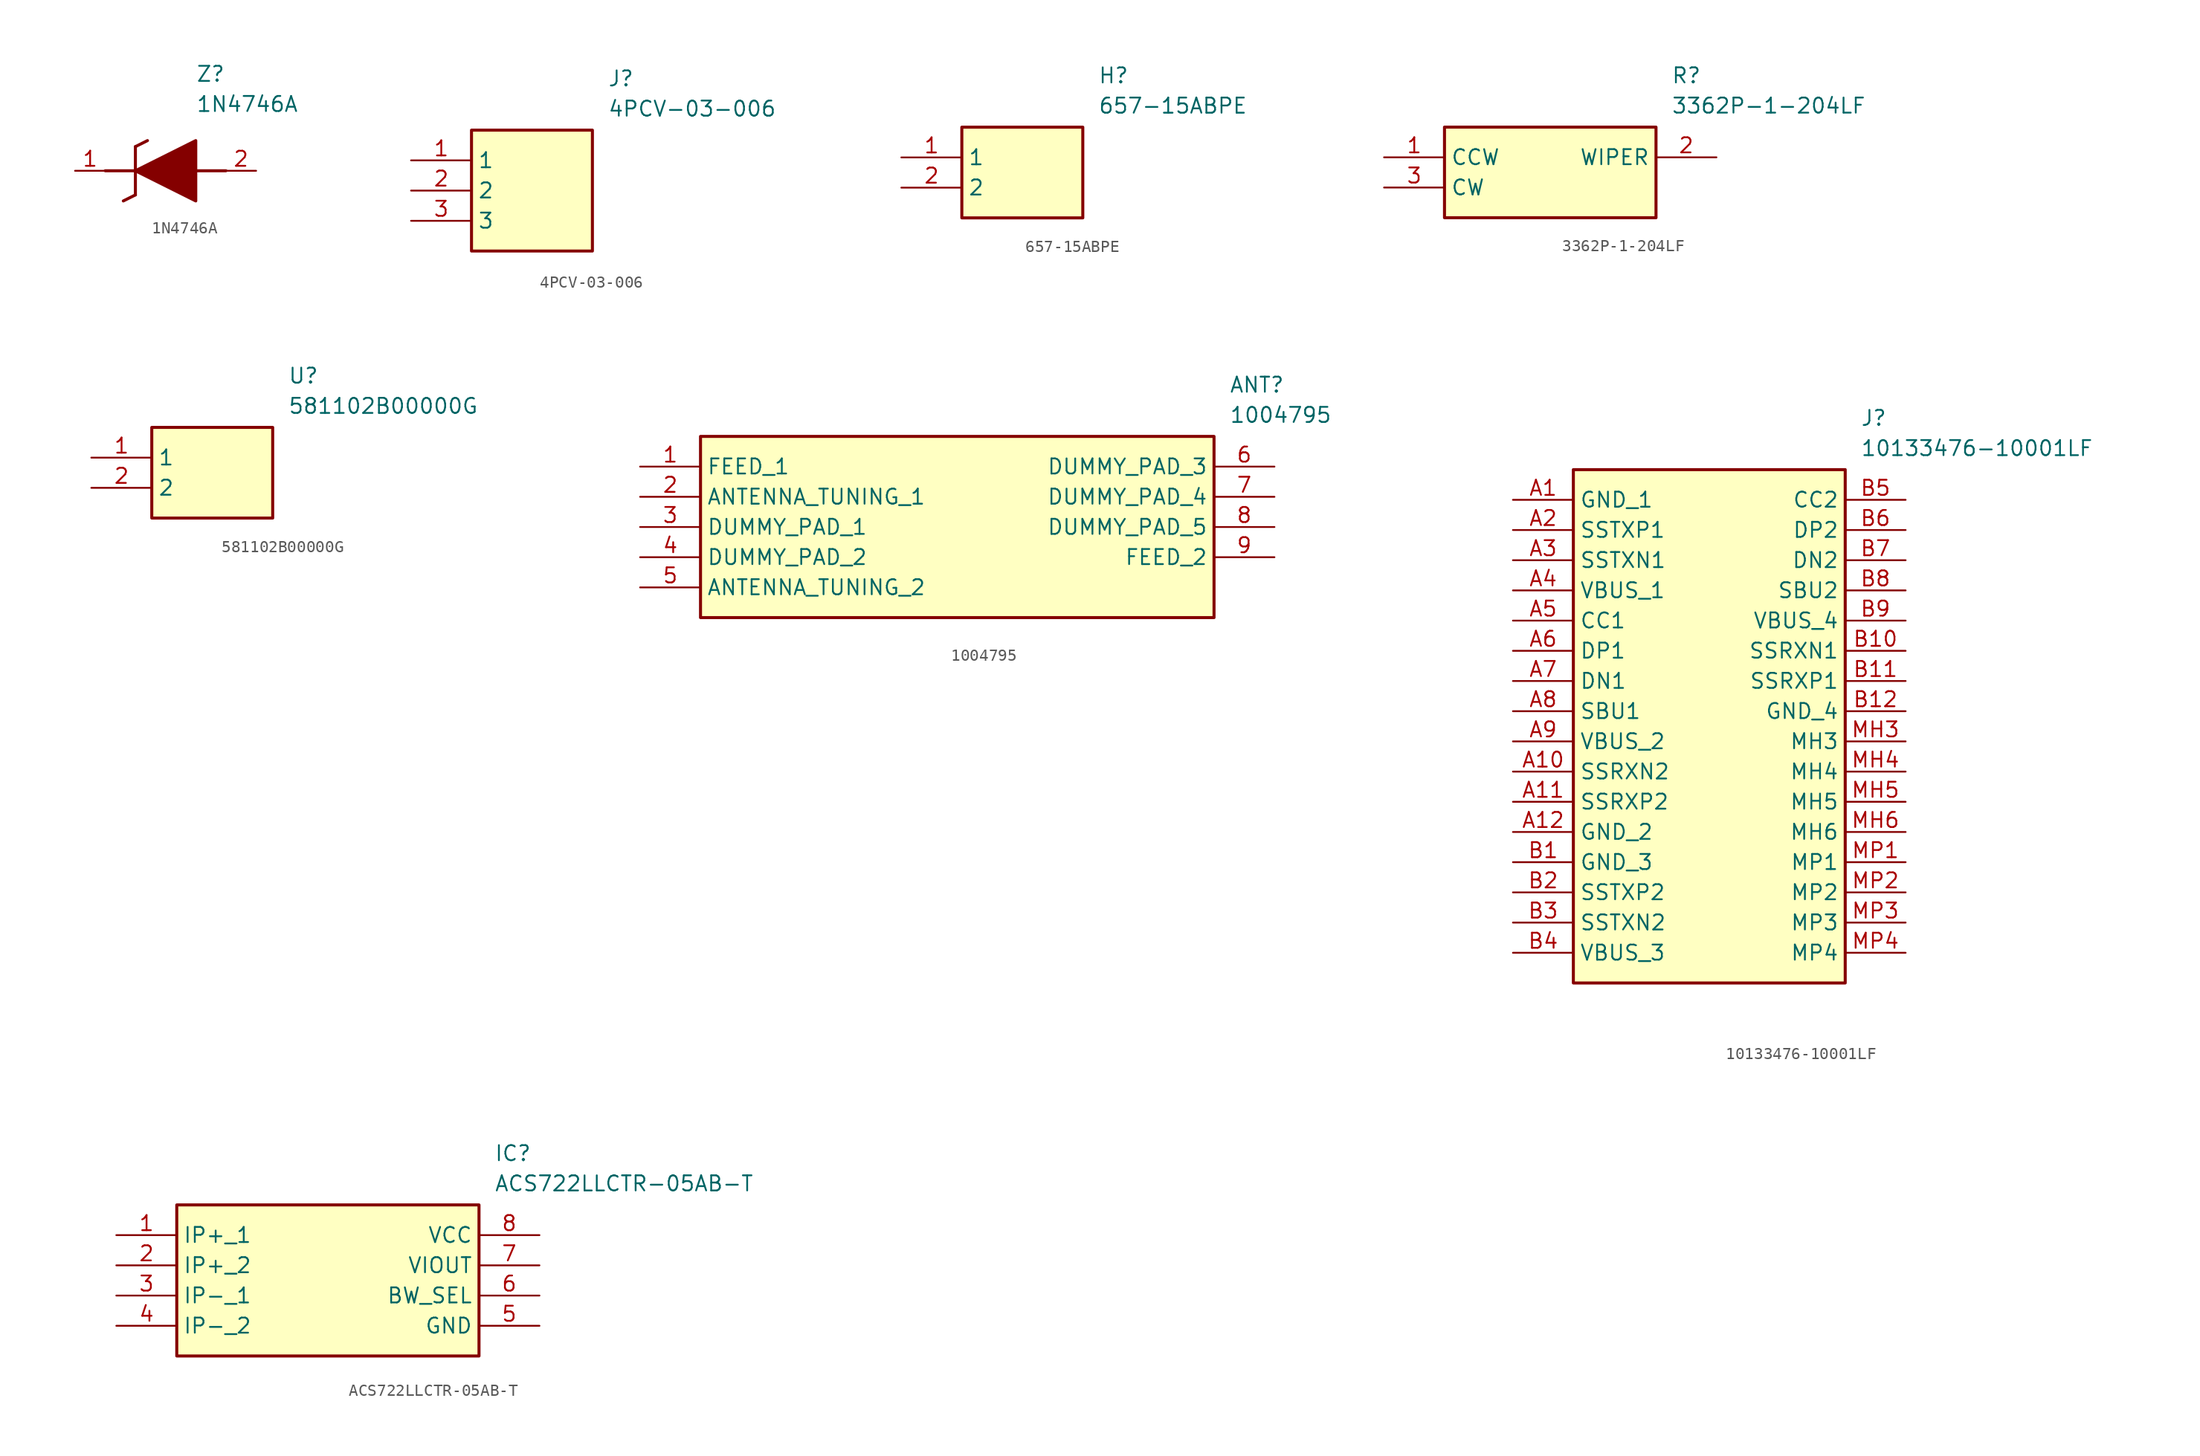
<source format=kicad_sym>
(kicad_symbol_lib
  (version 20241209)
  (generator "kicad_symbol_editor")
  (generator_version "9.0")
  (symbol "1N4746A"
    (pin_names
      (hide yes))
    (property "Reference" "Z"
      (at 10.16 8.89 0)
      (effects (font (size 1.27 1.27)) (justify left top)))
    (property "Value" "1N4746A"
      (at 10.16 6.35 0)
      (effects (font (size 1.27 1.27)) (justify left top)))
    (symbol "1N4746A_1_1"
      (polyline (pts (xy 2.54 0) (xy 5.08 0)) (stroke (width 0.254) (type default)) (fill (type none)))
      (polyline (pts (xy 4.064 -2.54) (xy 5.08 -2.032)) (stroke (width 0.254) (type default)) (fill (type none)))
      (polyline (pts (xy 5.08 2.032) (xy 5.08 -2.032)) (stroke (width 0.254) (type default)) (fill (type none)))
      (polyline (pts (xy 5.08 2.032) (xy 6.096 2.54)) (stroke (width 0.254) (type default)) (fill (type none)))
      (polyline (pts (xy 5.08 0) (xy 10.16 2.54) (xy 10.16 -2.54) (xy 5.08 0)) (stroke (width 0.254) (type default)) (fill (type outline)))
      (polyline (pts (xy 12.7 0) (xy 10.16 0)) (stroke (width 0.254) (type default)) (fill (type none)))
      (pin passive line (at 0 0 0) (length 2.54) (name "K" (effects (font (size 1.27 1.27)))) (number "1" (effects (font (size 1.27 1.27)))))
      (pin passive line (at 15.24 0 180) (length 2.54) (name "A" (effects (font (size 1.27 1.27)))) (number "2" (effects (font (size 1.27 1.27)))))))
  (symbol "4PCV-03-006"
    (property "Reference" "J"
      (at 16.51 7.62 0)
      (effects (font (size 1.27 1.27)) (justify left top)))
    (property "Value" "4PCV-03-006"
      (at 16.51 5.08 0)
      (effects (font (size 1.27 1.27)) (justify left top)))
    (symbol "4PCV-03-006_1_1"
      (rectangle (start 5.08 2.54) (end 15.24 -7.62) (stroke (width 0.254) (type default)) (fill (type background)))
      (pin passive line (at 0 0 0) (length 5.08) (name "1" (effects (font (size 1.27 1.27)))) (number "1" (effects (font (size 1.27 1.27)))))
      (pin passive line (at 0 -2.54 0) (length 5.08) (name "2" (effects (font (size 1.27 1.27)))) (number "2" (effects (font (size 1.27 1.27)))))
      (pin passive line (at 0 -5.08 0) (length 5.08) (name "3" (effects (font (size 1.27 1.27)))) (number "3" (effects (font (size 1.27 1.27)))))))
  (symbol "657-15ABPE"
    (property "Reference" "H"
      (at 16.51 7.62 0)
      (effects (font (size 1.27 1.27)) (justify left top)))
    (property "Value" "657-15ABPE"
      (at 16.51 5.08 0)
      (effects (font (size 1.27 1.27)) (justify left top)))
    (symbol "657-15ABPE_1_1"
      (rectangle (start 5.08 2.54) (end 15.24 -5.08) (stroke (width 0.254) (type default)) (fill (type background)))
      (pin passive line (at 0 0 0) (length 5.08) (name "1" (effects (font (size 1.27 1.27)))) (number "1" (effects (font (size 1.27 1.27)))))
      (pin passive line (at 0 -2.54 0) (length 5.08) (name "2" (effects (font (size 1.27 1.27)))) (number "2" (effects (font (size 1.27 1.27)))))))
  (symbol "3362P-1-204LF"
    (property "Reference" "R"
      (at 24.13 7.62 0)
      (effects (font (size 1.27 1.27)) (justify left top)))
    (property "Value" "3362P-1-204LF"
      (at 24.13 5.08 0)
      (effects (font (size 1.27 1.27)) (justify left top)))
    (symbol "3362P-1-204LF_1_1"
      (rectangle (start 5.08 2.54) (end 22.86 -5.08) (stroke (width 0.254) (type default)) (fill (type background)))
      (pin passive line (at 0 0 0) (length 5.08) (name "CCW" (effects (font (size 1.27 1.27)))) (number "1" (effects (font (size 1.27 1.27)))))
      (pin passive line (at 0 -2.54 0) (length 5.08) (name "CW" (effects (font (size 1.27 1.27)))) (number "3" (effects (font (size 1.27 1.27)))))
      (pin passive line (at 27.94 0 180) (length 5.08) (name "WIPER" (effects (font (size 1.27 1.27)))) (number "2" (effects (font (size 1.27 1.27)))))))
  (symbol "581102B00000G"
    (property "Reference" "U"
      (at 16.51 7.62 0)
      (effects (font (size 1.27 1.27)) (justify left top)))
    (property "Value" "581102B00000G"
      (at 16.51 5.08 0)
      (effects (font (size 1.27 1.27)) (justify left top)))
    (symbol "581102B00000G_1_1"
      (rectangle (start 5.08 2.54) (end 15.24 -5.08) (stroke (width 0.254) (type default)) (fill (type background)))
      (pin passive line (at 0 0 0) (length 5.08) (name "1" (effects (font (size 1.27 1.27)))) (number "1" (effects (font (size 1.27 1.27)))))
      (pin passive line (at 0 -2.54 0) (length 5.08) (name "2" (effects (font (size 1.27 1.27)))) (number "2" (effects (font (size 1.27 1.27)))))))
  (symbol "1004795"
    (property "Reference" "ANT"
      (at 49.53 7.62 0)
      (effects (font (size 1.27 1.27)) (justify left top)))
    (property "Value" "1004795"
      (at 49.53 5.08 0)
      (effects (font (size 1.27 1.27)) (justify left top)))
    (symbol "1004795_1_1"
      (rectangle (start 5.08 2.54) (end 48.26 -12.7) (stroke (width 0.254) (type default)) (fill (type background)))
      (pin passive line (at 0 0 0) (length 5.08) (name "FEED_1" (effects (font (size 1.27 1.27)))) (number "1" (effects (font (size 1.27 1.27)))))
      (pin passive line (at 0 -2.54 0) (length 5.08) (name "ANTENNA_TUNING_1" (effects (font (size 1.27 1.27)))) (number "2" (effects (font (size 1.27 1.27)))))
      (pin passive line (at 0 -5.08 0) (length 5.08) (name "DUMMY_PAD_1" (effects (font (size 1.27 1.27)))) (number "3" (effects (font (size 1.27 1.27)))))
      (pin passive line (at 0 -7.62 0) (length 5.08) (name "DUMMY_PAD_2" (effects (font (size 1.27 1.27)))) (number "4" (effects (font (size 1.27 1.27)))))
      (pin passive line (at 0 -10.16 0) (length 5.08) (name "ANTENNA_TUNING_2" (effects (font (size 1.27 1.27)))) (number "5" (effects (font (size 1.27 1.27)))))
      (pin passive line (at 53.34 0 180) (length 5.08) (name "DUMMY_PAD_3" (effects (font (size 1.27 1.27)))) (number "6" (effects (font (size 1.27 1.27)))))
      (pin passive line (at 53.34 -2.54 180) (length 5.08) (name "DUMMY_PAD_4" (effects (font (size 1.27 1.27)))) (number "7" (effects (font (size 1.27 1.27)))))
      (pin passive line (at 53.34 -5.08 180) (length 5.08) (name "DUMMY_PAD_5" (effects (font (size 1.27 1.27)))) (number "8" (effects (font (size 1.27 1.27)))))
      (pin passive line (at 53.34 -7.62 180) (length 5.08) (name "FEED_2" (effects (font (size 1.27 1.27)))) (number "9" (effects (font (size 1.27 1.27)))))))
  (symbol "10133476-10001LF"
    (property "Reference" "J"
      (at 29.21 7.62 0)
      (effects (font (size 1.27 1.27)) (justify left top)))
    (property "Value" "10133476-10001LF"
      (at 29.21 5.08 0)
      (effects (font (size 1.27 1.27)) (justify left top)))
    (symbol "10133476-10001LF_1_1"
      (rectangle (start 5.08 2.54) (end 27.94 -40.64) (stroke (width 0.254) (type default)) (fill (type background)))
      (pin passive line (at 0 0 0) (length 5.08) (name "GND_1" (effects (font (size 1.27 1.27)))) (number "A1" (effects (font (size 1.27 1.27)))))
      (pin passive line (at 0 -2.54 0) (length 5.08) (name "SSTXP1" (effects (font (size 1.27 1.27)))) (number "A2" (effects (font (size 1.27 1.27)))))
      (pin passive line (at 0 -5.08 0) (length 5.08) (name "SSTXN1" (effects (font (size 1.27 1.27)))) (number "A3" (effects (font (size 1.27 1.27)))))
      (pin passive line (at 0 -7.62 0) (length 5.08) (name "VBUS_1" (effects (font (size 1.27 1.27)))) (number "A4" (effects (font (size 1.27 1.27)))))
      (pin passive line (at 0 -10.16 0) (length 5.08) (name "CC1" (effects (font (size 1.27 1.27)))) (number "A5" (effects (font (size 1.27 1.27)))))
      (pin passive line (at 0 -12.7 0) (length 5.08) (name "DP1" (effects (font (size 1.27 1.27)))) (number "A6" (effects (font (size 1.27 1.27)))))
      (pin passive line (at 0 -15.24 0) (length 5.08) (name "DN1" (effects (font (size 1.27 1.27)))) (number "A7" (effects (font (size 1.27 1.27)))))
      (pin passive line (at 0 -17.78 0) (length 5.08) (name "SBU1" (effects (font (size 1.27 1.27)))) (number "A8" (effects (font (size 1.27 1.27)))))
      (pin passive line (at 0 -20.32 0) (length 5.08) (name "VBUS_2" (effects (font (size 1.27 1.27)))) (number "A9" (effects (font (size 1.27 1.27)))))
      (pin passive line (at 0 -22.86 0) (length 5.08) (name "SSRXN2" (effects (font (size 1.27 1.27)))) (number "A10" (effects (font (size 1.27 1.27)))))
      (pin passive line (at 0 -25.4 0) (length 5.08) (name "SSRXP2" (effects (font (size 1.27 1.27)))) (number "A11" (effects (font (size 1.27 1.27)))))
      (pin passive line (at 0 -27.94 0) (length 5.08) (name "GND_2" (effects (font (size 1.27 1.27)))) (number "A12" (effects (font (size 1.27 1.27)))))
      (pin passive line (at 0 -30.48 0) (length 5.08) (name "GND_3" (effects (font (size 1.27 1.27)))) (number "B1" (effects (font (size 1.27 1.27)))))
      (pin passive line (at 0 -33.02 0) (length 5.08) (name "SSTXP2" (effects (font (size 1.27 1.27)))) (number "B2" (effects (font (size 1.27 1.27)))))
      (pin passive line (at 0 -35.56 0) (length 5.08) (name "SSTXN2" (effects (font (size 1.27 1.27)))) (number "B3" (effects (font (size 1.27 1.27)))))
      (pin passive line (at 0 -38.1 0) (length 5.08) (name "VBUS_3" (effects (font (size 1.27 1.27)))) (number "B4" (effects (font (size 1.27 1.27)))))
      (pin passive line (at 33.02 0 180) (length 5.08) (name "CC2" (effects (font (size 1.27 1.27)))) (number "B5" (effects (font (size 1.27 1.27)))))
      (pin passive line (at 33.02 -2.54 180) (length 5.08) (name "DP2" (effects (font (size 1.27 1.27)))) (number "B6" (effects (font (size 1.27 1.27)))))
      (pin passive line (at 33.02 -5.08 180) (length 5.08) (name "DN2" (effects (font (size 1.27 1.27)))) (number "B7" (effects (font (size 1.27 1.27)))))
      (pin passive line (at 33.02 -7.62 180) (length 5.08) (name "SBU2" (effects (font (size 1.27 1.27)))) (number "B8" (effects (font (size 1.27 1.27)))))
      (pin passive line (at 33.02 -10.16 180) (length 5.08) (name "VBUS_4" (effects (font (size 1.27 1.27)))) (number "B9" (effects (font (size 1.27 1.27)))))
      (pin passive line (at 33.02 -12.7 180) (length 5.08) (name "SSRXN1" (effects (font (size 1.27 1.27)))) (number "B10" (effects (font (size 1.27 1.27)))))
      (pin passive line (at 33.02 -15.24 180) (length 5.08) (name "SSRXP1" (effects (font (size 1.27 1.27)))) (number "B11" (effects (font (size 1.27 1.27)))))
      (pin passive line (at 33.02 -17.78 180) (length 5.08) (name "GND_4" (effects (font (size 1.27 1.27)))) (number "B12" (effects (font (size 1.27 1.27)))))
      (pin passive line (at 33.02 -20.32 180) (length 5.08) (name "MH3" (effects (font (size 1.27 1.27)))) (number "MH3" (effects (font (size 1.27 1.27)))))
      (pin passive line (at 33.02 -22.86 180) (length 5.08) (name "MH4" (effects (font (size 1.27 1.27)))) (number "MH4" (effects (font (size 1.27 1.27)))))
      (pin passive line (at 33.02 -25.4 180) (length 5.08) (name "MH5" (effects (font (size 1.27 1.27)))) (number "MH5" (effects (font (size 1.27 1.27)))))
      (pin passive line (at 33.02 -27.94 180) (length 5.08) (name "MH6" (effects (font (size 1.27 1.27)))) (number "MH6" (effects (font (size 1.27 1.27)))))
      (pin passive line (at 33.02 -30.48 180) (length 5.08) (name "MP1" (effects (font (size 1.27 1.27)))) (number "MP1" (effects (font (size 1.27 1.27)))))
      (pin passive line (at 33.02 -33.02 180) (length 5.08) (name "MP2" (effects (font (size 1.27 1.27)))) (number "MP2" (effects (font (size 1.27 1.27)))))
      (pin passive line (at 33.02 -35.56 180) (length 5.08) (name "MP3" (effects (font (size 1.27 1.27)))) (number "MP3" (effects (font (size 1.27 1.27)))))
      (pin passive line (at 33.02 -38.1 180) (length 5.08) (name "MP4" (effects (font (size 1.27 1.27)))) (number "MP4" (effects (font (size 1.27 1.27)))))))
  (symbol "ACS722LLCTR-05AB-T"
    (property "Reference" "IC"
      (at 31.75 7.62 0)
      (effects (font (size 1.27 1.27)) (justify left top)))
    (property "Value" "ACS722LLCTR-05AB-T"
      (at 31.75 5.08 0)
      (effects (font (size 1.27 1.27)) (justify left top)))
    (symbol "ACS722LLCTR-05AB-T_1_1"
      (rectangle (start 5.08 2.54) (end 30.48 -10.16) (stroke (width 0.254) (type default)) (fill (type background)))
      (pin passive line (at 0 0 0) (length 5.08) (name "IP+_1" (effects (font (size 1.27 1.27)))) (number "1" (effects (font (size 1.27 1.27)))))
      (pin passive line (at 0 -2.54 0) (length 5.08) (name "IP+_2" (effects (font (size 1.27 1.27)))) (number "2" (effects (font (size 1.27 1.27)))))
      (pin passive line (at 0 -5.08 0) (length 5.08) (name "IP-_1" (effects (font (size 1.27 1.27)))) (number "3" (effects (font (size 1.27 1.27)))))
      (pin passive line (at 0 -7.62 0) (length 5.08) (name "IP-_2" (effects (font (size 1.27 1.27)))) (number "4" (effects (font (size 1.27 1.27)))))
      (pin passive line (at 35.56 0 180) (length 5.08) (name "VCC" (effects (font (size 1.27 1.27)))) (number "8" (effects (font (size 1.27 1.27)))))
      (pin passive line (at 35.56 -2.54 180) (length 5.08) (name "VIOUT" (effects (font (size 1.27 1.27)))) (number "7" (effects (font (size 1.27 1.27)))))
      (pin passive line (at 35.56 -5.08 180) (length 5.08) (name "BW_SEL" (effects (font (size 1.27 1.27)))) (number "6" (effects (font (size 1.27 1.27)))))
      (pin passive line (at 35.56 -7.62 180) (length 5.08) (name "GND" (effects (font (size 1.27 1.27)))) (number "5" (effects (font (size 1.27 1.27))))))))
</source>
